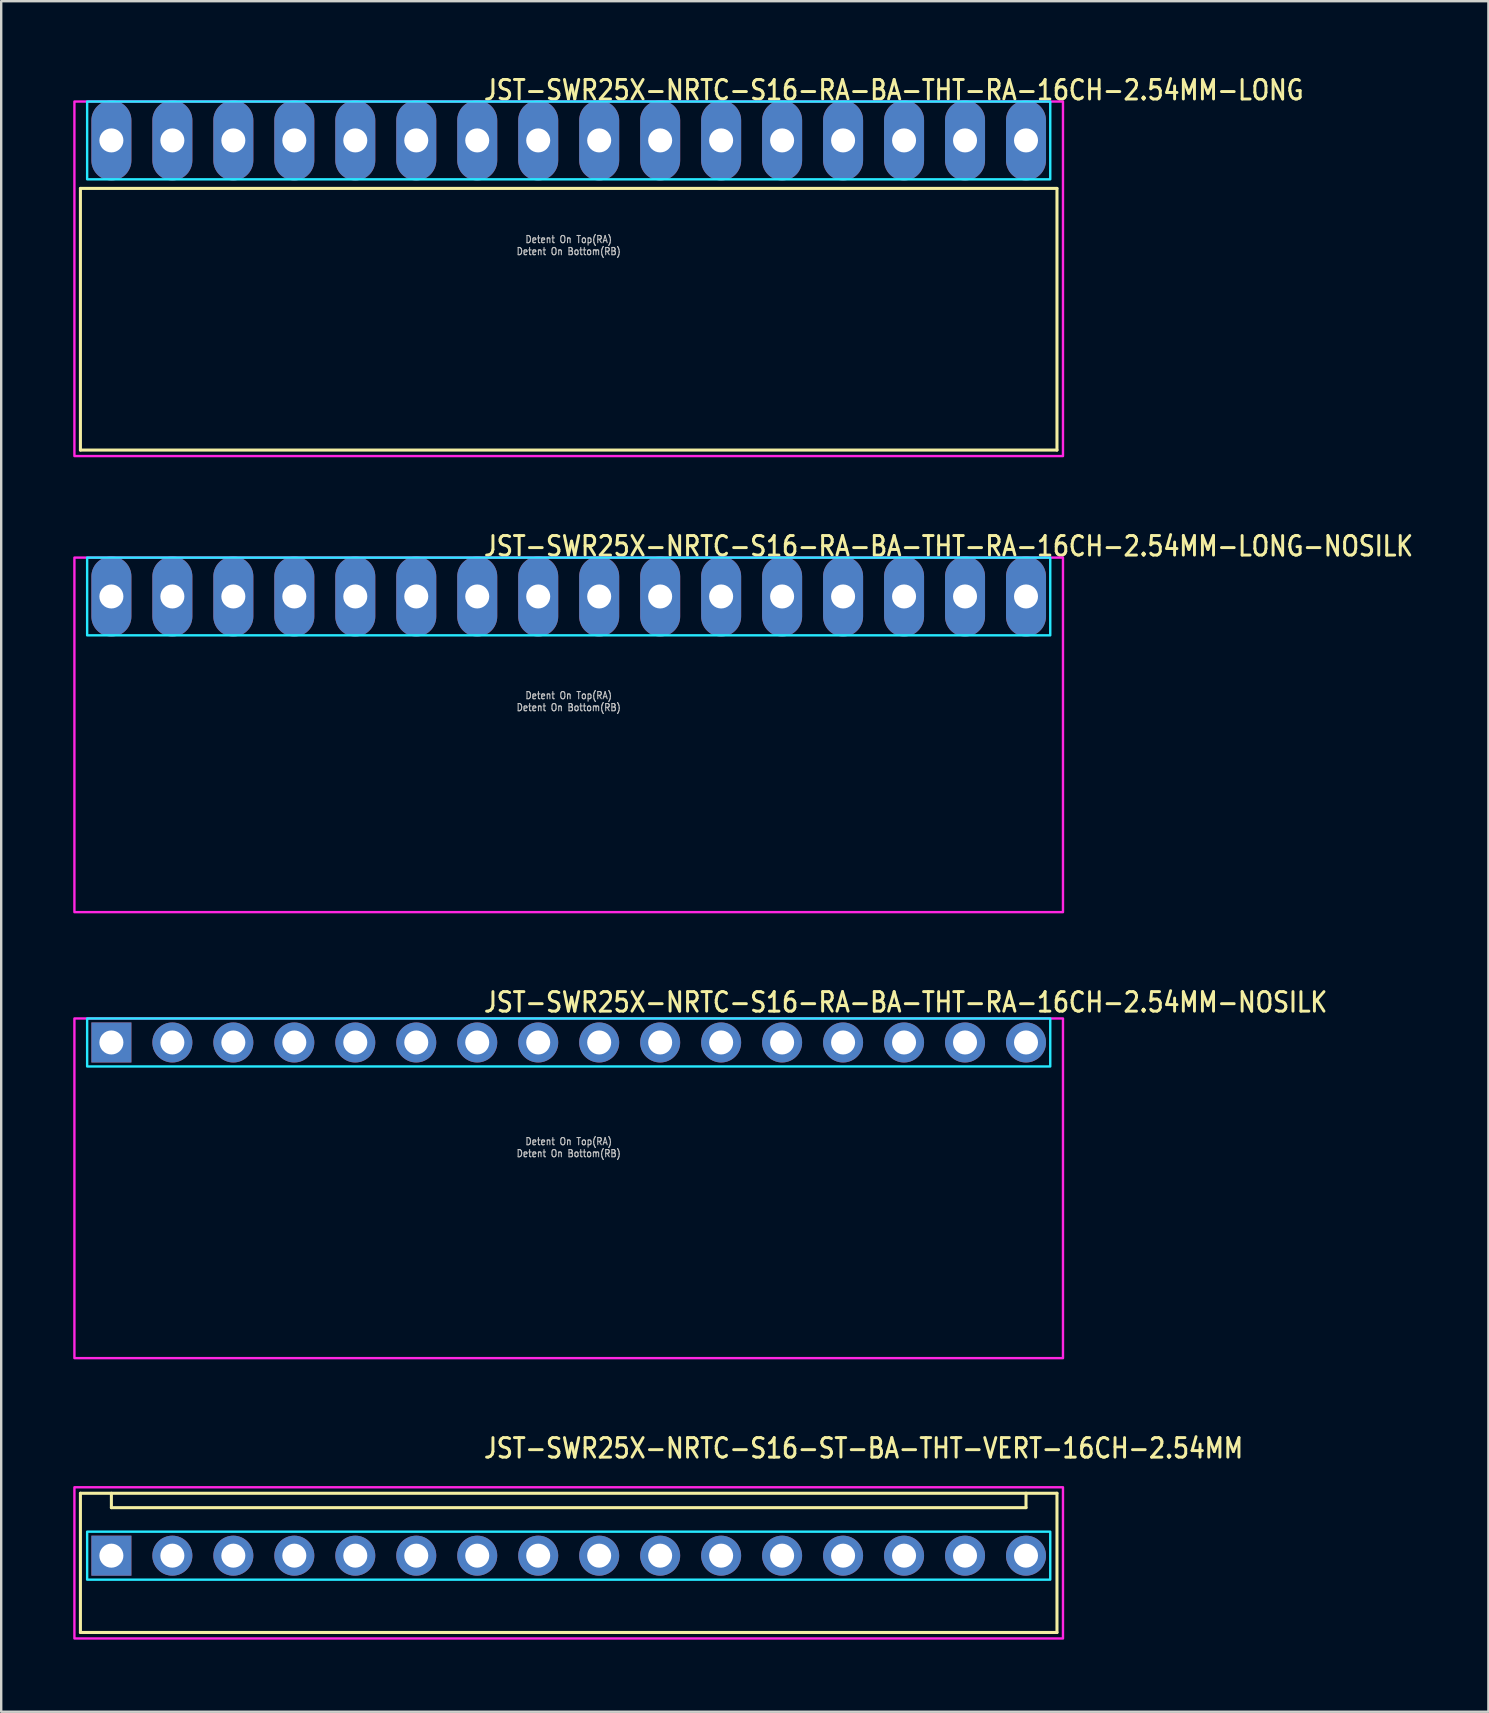
<source format=kicad_pcb>
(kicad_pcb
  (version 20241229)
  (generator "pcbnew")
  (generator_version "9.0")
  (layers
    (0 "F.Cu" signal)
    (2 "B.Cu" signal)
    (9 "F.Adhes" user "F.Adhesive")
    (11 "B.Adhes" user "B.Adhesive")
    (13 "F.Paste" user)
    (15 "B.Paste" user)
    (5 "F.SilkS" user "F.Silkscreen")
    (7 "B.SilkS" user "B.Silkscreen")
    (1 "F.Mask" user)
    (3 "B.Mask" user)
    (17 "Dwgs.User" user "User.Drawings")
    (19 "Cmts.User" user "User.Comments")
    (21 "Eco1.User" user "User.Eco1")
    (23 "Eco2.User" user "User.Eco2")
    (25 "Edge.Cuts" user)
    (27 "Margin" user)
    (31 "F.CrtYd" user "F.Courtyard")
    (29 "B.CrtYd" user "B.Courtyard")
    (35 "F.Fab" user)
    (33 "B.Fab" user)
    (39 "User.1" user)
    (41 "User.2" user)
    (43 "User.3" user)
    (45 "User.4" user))
  (footprint "JST-SWR25X-NRTC-S16-RA-BA-THT-RA-16CH-2.54MM-NOSILK"
    (layer "F.Cu")
    (at 20.64 40.376)
    (property "Reference" "JST-SWR25X-NRTC-S16-RA-BA-THT-RA-16CH-2.54MM-NOSILK" (at -3.6 -1.2 0) (unlocked yes) (layer "F.SilkS") (effects (font (size 0.813 0.695) (thickness 0.122)) (justify left bottom)))
    (fp_poly (pts (xy -20.06 -1) (xy -20.06 1) (xy 20.06 1) (xy 20.06 -1)) (stroke (width 0.1) (type solid)) (fill no) (layer "B.CrtYd"))
    (fp_poly (pts (xy -20.59 -1) (xy -20.59 13.15) (xy 20.59 13.15) (xy 20.59 -1)) (stroke (width 0.1) (type solid)) (fill no) (layer "F.CrtYd"))
    (fp_text user "Detent On Top(RA)" (at 0 4.3 0) (unlocked yes) (layer "Dwgs.User") (effects (font (size 0.3 0.257) (thickness 0.045)) (justify bottom)))
    (fp_text user "Detent On Bottom(RB)" (at 0 4.8 0) (unlocked yes) (layer "Dwgs.User") (effects (font (size 0.3 0.257) (thickness 0.045)) (justify bottom)))
    (pad "1" thru_hole rect (at -19.05 0) (size 1.667 1.667) (drill 1) (layers "*.Cu" "*.Mask"))
    (pad "2" thru_hole oval (at -16.51 0) (size 1.667 1.667) (drill 1) (layers "*.Cu" "*.Mask"))
    (pad "3" thru_hole oval (at -13.97 0) (size 1.667 1.667) (drill 1) (layers "*.Cu" "*.Mask"))
    (pad "4" thru_hole oval (at -11.43 0) (size 1.667 1.667) (drill 1) (layers "*.Cu" "*.Mask"))
    (pad "5" thru_hole oval (at -8.89 0) (size 1.667 1.667) (drill 1) (layers "*.Cu" "*.Mask"))
    (pad "6" thru_hole oval (at -6.35 0) (size 1.667 1.667) (drill 1) (layers "*.Cu" "*.Mask"))
    (pad "7" thru_hole oval (at -3.81 0) (size 1.667 1.667) (drill 1) (layers "*.Cu" "*.Mask"))
    (pad "8" thru_hole oval (at -1.27 0) (size 1.667 1.667) (drill 1) (layers "*.Cu" "*.Mask"))
    (pad "9" thru_hole oval (at 1.27 0) (size 1.667 1.667) (drill 1) (layers "*.Cu" "*.Mask"))
    (pad "10" thru_hole oval (at 3.81 0) (size 1.667 1.667) (drill 1) (layers "*.Cu" "*.Mask"))
    (pad "11" thru_hole oval (at 6.35 0) (size 1.667 1.667) (drill 1) (layers "*.Cu" "*.Mask"))
    (pad "12" thru_hole oval (at 8.89 0) (size 1.667 1.667) (drill 1) (layers "*.Cu" "*.Mask"))
    (pad "13" thru_hole oval (at 11.43 0) (size 1.667 1.667) (drill 1) (layers "*.Cu" "*.Mask"))
    (pad "14" thru_hole oval (at 13.97 0) (size 1.667 1.667) (drill 1) (layers "*.Cu" "*.Mask"))
    (pad "15" thru_hole oval (at 16.51 0) (size 1.667 1.667) (drill 1) (layers "*.Cu" "*.Mask"))
    (pad "16" thru_hole oval (at 19.05 0) (size 1.667 1.667) (drill 1) (layers "*.Cu" "*.Mask")))
  (footprint "JST-SWR25X-NRTC-S16-RA-BA-THT-RA-16CH-2.54MM-LONG"
    (layer "F.Cu")
    (at 20.64 2.799)
    (property "Reference" "JST-SWR25X-NRTC-S16-RA-BA-THT-RA-16CH-2.54MM-LONG" (at -3.6 -1.62 0) (unlocked yes) (layer "F.SilkS") (effects (font (size 0.813 0.695) (thickness 0.122)) (justify left bottom)))
    (fp_line (start -20.34 2) (end 20.34 2) (stroke (width 0.127) (type solid)) (layer "F.SilkS"))
    (fp_line (start -20.34 12.9) (end -20.34 2) (stroke (width 0.127) (type solid)) (layer "F.SilkS"))
    (fp_line (start -20.34 12.9) (end 20.34 12.9) (stroke (width 0.127) (type solid)) (layer "F.SilkS"))
    (fp_line (start 20.34 2) (end 20.34 12.9) (stroke (width 0.127) (type solid)) (layer "F.SilkS"))
    (fp_poly (pts (xy -20.06 -1.62) (xy -20.06 1.62) (xy 20.06 1.62) (xy 20.06 -1.62)) (stroke (width 0.1) (type solid)) (fill no) (layer "B.CrtYd"))
    (fp_poly (pts (xy -20.59 -1.62) (xy -20.59 13.15) (xy 20.59 13.15) (xy 20.59 -1.62)) (stroke (width 0.1) (type solid)) (fill no) (layer "F.CrtYd"))
    (fp_text user "Detent On Bottom(RB)" (at 0 4.8 0) (unlocked yes) (layer "Dwgs.User") (effects (font (size 0.3 0.257) (thickness 0.045)) (justify bottom)))
    (fp_text user "Detent On Top(RA)" (at 0 4.3 0) (unlocked yes) (layer "Dwgs.User") (effects (font (size 0.3 0.257) (thickness 0.045)) (justify bottom)))
    (pad "1" thru_hole oval (at -19.05 0 90) (size 3.333 1.667) (drill 1) (layers "*.Cu" "*.Mask"))
    (pad "2" thru_hole oval (at -16.51 0 90) (size 3.333 1.667) (drill 1) (layers "*.Cu" "*.Mask"))
    (pad "3" thru_hole oval (at -13.97 0 90) (size 3.333 1.667) (drill 1) (layers "*.Cu" "*.Mask"))
    (pad "4" thru_hole oval (at -11.43 0 90) (size 3.333 1.667) (drill 1) (layers "*.Cu" "*.Mask"))
    (pad "5" thru_hole oval (at -8.89 0 90) (size 3.333 1.667) (drill 1) (layers "*.Cu" "*.Mask"))
    (pad "6" thru_hole oval (at -6.35 0 90) (size 3.333 1.667) (drill 1) (layers "*.Cu" "*.Mask"))
    (pad "7" thru_hole oval (at -3.81 0 90) (size 3.333 1.667) (drill 1) (layers "*.Cu" "*.Mask"))
    (pad "8" thru_hole oval (at -1.27 0 90) (size 3.333 1.667) (drill 1) (layers "*.Cu" "*.Mask"))
    (pad "9" thru_hole oval (at 1.27 0 90) (size 3.333 1.667) (drill 1) (layers "*.Cu" "*.Mask"))
    (pad "10" thru_hole oval (at 3.81 0 90) (size 3.333 1.667) (drill 1) (layers "*.Cu" "*.Mask"))
    (pad "11" thru_hole oval (at 6.35 0 90) (size 3.333 1.667) (drill 1) (layers "*.Cu" "*.Mask"))
    (pad "12" thru_hole oval (at 8.89 0 90) (size 3.333 1.667) (drill 1) (layers "*.Cu" "*.Mask"))
    (pad "13" thru_hole oval (at 11.43 0 90) (size 3.333 1.667) (drill 1) (layers "*.Cu" "*.Mask"))
    (pad "14" thru_hole oval (at 13.97 0 90) (size 3.333 1.667) (drill 1) (layers "*.Cu" "*.Mask"))
    (pad "15" thru_hole oval (at 16.51 0 90) (size 3.333 1.667) (drill 1) (layers "*.Cu" "*.Mask"))
    (pad "16" thru_hole oval (at 19.05 0 90) (size 3.333 1.667) (drill 1) (layers "*.Cu" "*.Mask")))
  (footprint "JST-SWR25X-NRTC-S16-RA-BA-THT-RA-16CH-2.54MM-LONG-NOSILK"
    (layer "F.Cu")
    (at 20.64 21.797)
    (property "Reference" "JST-SWR25X-NRTC-S16-RA-BA-THT-RA-16CH-2.54MM-LONG-NOSILK" (at -3.6 -1.62 0) (unlocked yes) (layer "F.SilkS") (effects (font (size 0.813 0.695) (thickness 0.122)) (justify left bottom)))
    (fp_poly (pts (xy -20.06 -1.62) (xy -20.06 1.62) (xy 20.06 1.62) (xy 20.06 -1.62)) (stroke (width 0.1) (type solid)) (fill no) (layer "B.CrtYd"))
    (fp_poly (pts (xy -20.59 -1.62) (xy -20.59 13.15) (xy 20.59 13.15) (xy 20.59 -1.62)) (stroke (width 0.1) (type solid)) (fill no) (layer "F.CrtYd"))
    (fp_text user "Detent On Bottom(RB)" (at 0 4.8 0) (unlocked yes) (layer "Dwgs.User") (effects (font (size 0.3 0.257) (thickness 0.045)) (justify bottom)))
    (fp_text user "Detent On Top(RA)" (at 0 4.3 0) (unlocked yes) (layer "Dwgs.User") (effects (font (size 0.3 0.257) (thickness 0.045)) (justify bottom)))
    (pad "1" thru_hole oval (at -19.05 0 90) (size 3.333 1.667) (drill 1) (layers "*.Cu" "*.Mask"))
    (pad "2" thru_hole oval (at -16.51 0 90) (size 3.333 1.667) (drill 1) (layers "*.Cu" "*.Mask"))
    (pad "3" thru_hole oval (at -13.97 0 90) (size 3.333 1.667) (drill 1) (layers "*.Cu" "*.Mask"))
    (pad "4" thru_hole oval (at -11.43 0 90) (size 3.333 1.667) (drill 1) (layers "*.Cu" "*.Mask"))
    (pad "5" thru_hole oval (at -8.89 0 90) (size 3.333 1.667) (drill 1) (layers "*.Cu" "*.Mask"))
    (pad "6" thru_hole oval (at -6.35 0 90) (size 3.333 1.667) (drill 1) (layers "*.Cu" "*.Mask"))
    (pad "7" thru_hole oval (at -3.81 0 90) (size 3.333 1.667) (drill 1) (layers "*.Cu" "*.Mask"))
    (pad "8" thru_hole oval (at -1.27 0 90) (size 3.333 1.667) (drill 1) (layers "*.Cu" "*.Mask"))
    (pad "9" thru_hole oval (at 1.27 0 90) (size 3.333 1.667) (drill 1) (layers "*.Cu" "*.Mask"))
    (pad "10" thru_hole oval (at 3.81 0 90) (size 3.333 1.667) (drill 1) (layers "*.Cu" "*.Mask"))
    (pad "11" thru_hole oval (at 6.35 0 90) (size 3.333 1.667) (drill 1) (layers "*.Cu" "*.Mask"))
    (pad "12" thru_hole oval (at 8.89 0 90) (size 3.333 1.667) (drill 1) (layers "*.Cu" "*.Mask"))
    (pad "13" thru_hole oval (at 11.43 0 90) (size 3.333 1.667) (drill 1) (layers "*.Cu" "*.Mask"))
    (pad "14" thru_hole oval (at 13.97 0 90) (size 3.333 1.667) (drill 1) (layers "*.Cu" "*.Mask"))
    (pad "15" thru_hole oval (at 16.51 0 90) (size 3.333 1.667) (drill 1) (layers "*.Cu" "*.Mask"))
    (pad "16" thru_hole oval (at 19.05 0 90) (size 3.333 1.667) (drill 1) (layers "*.Cu" "*.Mask")))
  (footprint "JST-SWR25X-NRTC-S16-ST-BA-THT-VERT-16CH-2.54MM"
    (layer "F.Cu")
    (at 20.64 61.754)
    (property "Reference" "JST-SWR25X-NRTC-S16-ST-BA-THT-VERT-16CH-2.54MM" (at -3.6 -4 0) (unlocked yes) (layer "F.SilkS") (effects (font (size 0.813 0.695) (thickness 0.122)) (justify left bottom)))
    (fp_line (start -20.34 -2.6) (end 20.34 -2.6) (stroke (width 0.127) (type solid)) (layer "F.SilkS"))
    (fp_line (start -20.34 3.2) (end -20.34 -2.6) (stroke (width 0.127) (type solid)) (layer "F.SilkS"))
    (fp_line (start -20.34 3.2) (end 20.34 3.2) (stroke (width 0.127) (type solid)) (layer "F.SilkS"))
    (fp_line (start -19.05 -2.6) (end -19.05 -2) (stroke (width 0.127) (type solid)) (layer "F.SilkS"))
    (fp_line (start -19.05 -2) (end 19.05 -2) (stroke (width 0.127) (type solid)) (layer "F.SilkS"))
    (fp_line (start 19.05 -2.6) (end 19.05 -2) (stroke (width 0.127) (type solid)) (layer "F.SilkS"))
    (fp_line (start 20.34 -2.6) (end 20.34 3.2) (stroke (width 0.127) (type solid)) (layer "F.SilkS"))
    (fp_poly (pts (xy -20.06 -1) (xy -20.06 1) (xy 20.06 1) (xy 20.06 -1)) (stroke (width 0.1) (type solid)) (fill no) (layer "B.CrtYd"))
    (fp_poly (pts (xy -20.59 -2.85) (xy -20.59 3.45) (xy 20.59 3.45) (xy 20.59 -2.85)) (stroke (width 0.1) (type solid)) (fill no) (layer "F.CrtYd"))
    (pad "1" thru_hole rect (at -19.05 0) (size 1.667 1.667) (drill 1) (layers "*.Cu" "*.Mask"))
    (pad "2" thru_hole oval (at -16.51 0) (size 1.667 1.667) (drill 1) (layers "*.Cu" "*.Mask"))
    (pad "3" thru_hole oval (at -13.97 0) (size 1.667 1.667) (drill 1) (layers "*.Cu" "*.Mask"))
    (pad "4" thru_hole oval (at -11.43 0) (size 1.667 1.667) (drill 1) (layers "*.Cu" "*.Mask"))
    (pad "5" thru_hole oval (at -8.89 0) (size 1.667 1.667) (drill 1) (layers "*.Cu" "*.Mask"))
    (pad "6" thru_hole oval (at -6.35 0) (size 1.667 1.667) (drill 1) (layers "*.Cu" "*.Mask"))
    (pad "7" thru_hole oval (at -3.81 0) (size 1.667 1.667) (drill 1) (layers "*.Cu" "*.Mask"))
    (pad "8" thru_hole oval (at -1.27 0) (size 1.667 1.667) (drill 1) (layers "*.Cu" "*.Mask"))
    (pad "9" thru_hole oval (at 1.27 0) (size 1.667 1.667) (drill 1) (layers "*.Cu" "*.Mask"))
    (pad "10" thru_hole oval (at 3.81 0) (size 1.667 1.667) (drill 1) (layers "*.Cu" "*.Mask"))
    (pad "11" thru_hole oval (at 6.35 0) (size 1.667 1.667) (drill 1) (layers "*.Cu" "*.Mask"))
    (pad "12" thru_hole oval (at 8.89 0) (size 1.667 1.667) (drill 1) (layers "*.Cu" "*.Mask"))
    (pad "13" thru_hole oval (at 11.43 0) (size 1.667 1.667) (drill 1) (layers "*.Cu" "*.Mask"))
    (pad "14" thru_hole oval (at 13.97 0) (size 1.667 1.667) (drill 1) (layers "*.Cu" "*.Mask"))
    (pad "15" thru_hole oval (at 16.51 0) (size 1.667 1.667) (drill 1) (layers "*.Cu" "*.Mask"))
    (pad "16" thru_hole oval (at 19.05 0) (size 1.667 1.667) (drill 1) (layers "*.Cu" "*.Mask")))
  (gr_rect
    (start -3 -3)
    (end 58.952 68.254)
    (stroke (width 0.1) (type default))
    (fill no)
    (layer "Edge.Cuts")))
</source>
